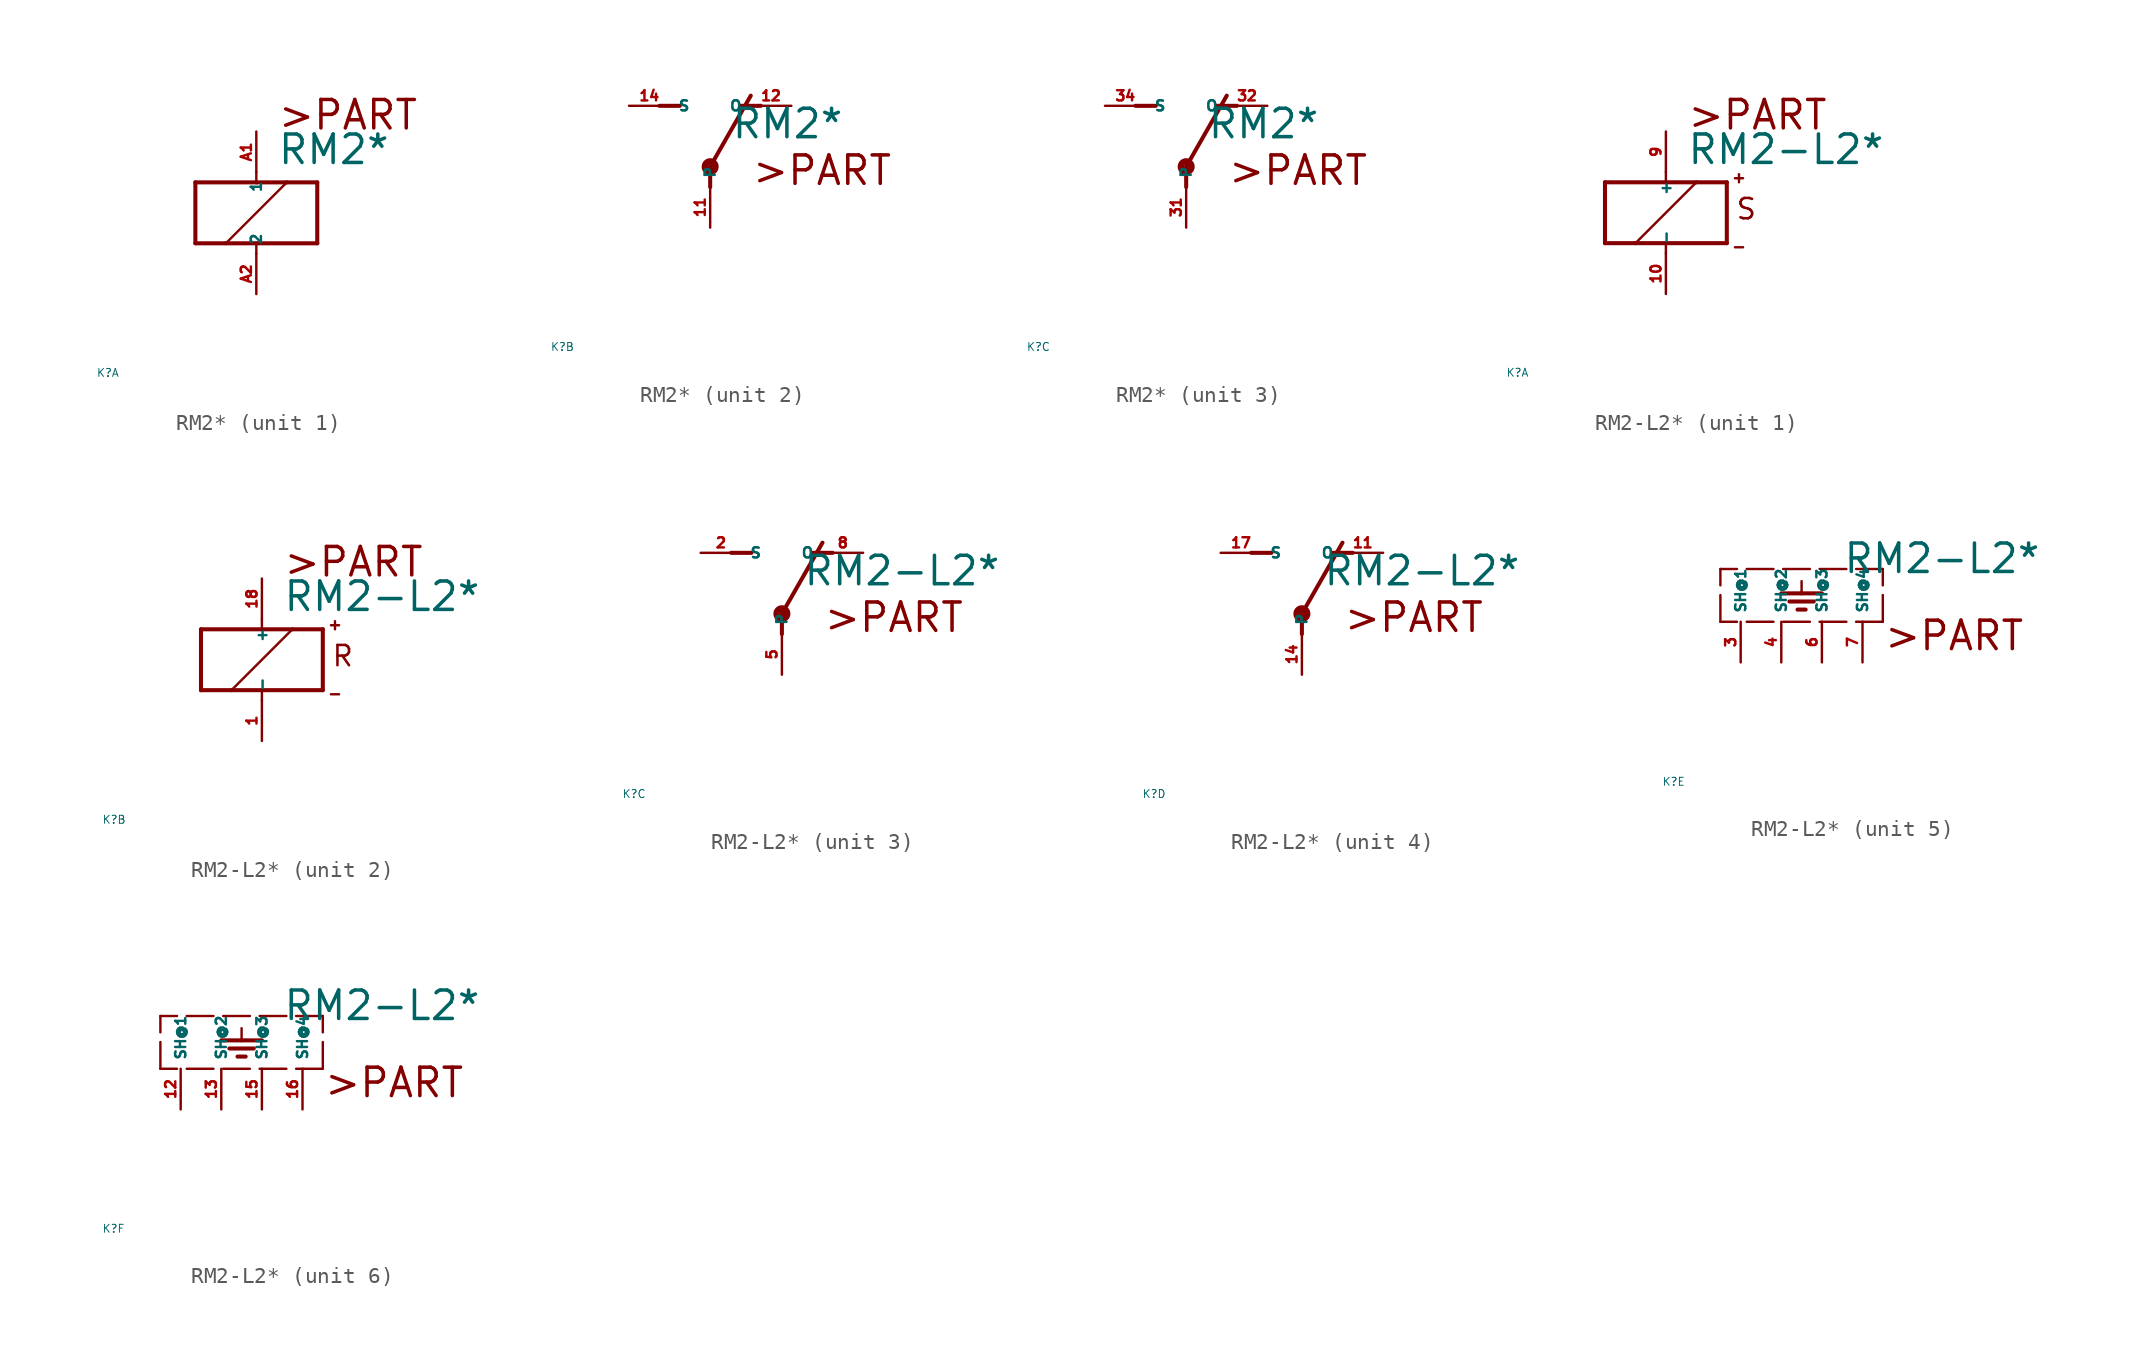
<source format=kicad_sym>
(kicad_symbol_lib
  (version 20220914)
  (generator Eagle2Kicad)
  (symbol "RM2*"
    (property "Reference" "K"
      (at -10 -10 0)
      (effects (font (size 0.5 0.5) (thickness 0.06)) (justify left)))
    (property "Value" "RM2*"
      (at 1.27 2.921 0)
      (effects (font (size 1.778 1.778) (thickness 0.22)) (justify left bottom)))
    (symbol "RM2*_1_0"
      (polyline (pts (xy -3.81 -1.905) (xy -1.905 -1.905)) (stroke (width 0.254) (type default)) (fill (type none)))
      (polyline (pts (xy 3.81 -1.905) (xy 3.81 1.905)) (stroke (width 0.254) (type default)) (fill (type none)))
      (polyline (pts (xy 3.81 1.905) (xy 1.905 1.905)) (stroke (width 0.254) (type default)) (fill (type none)))
      (polyline (pts (xy -3.81 1.905) (xy -3.81 -1.905)) (stroke (width 0.254) (type default)) (fill (type none)))
      (polyline (pts (xy 0 -2.54) (xy 0 -1.905)) (stroke (width 0.152) (type default)) (fill (type none)))
      (polyline (pts (xy 0 -1.905) (xy 3.81 -1.905)) (stroke (width 0.254) (type default)) (fill (type none)))
      (polyline (pts (xy 0 2.54) (xy 0 1.905)) (stroke (width 0.152) (type default)) (fill (type none)))
      (polyline (pts (xy 0 1.905) (xy -3.81 1.905)) (stroke (width 0.254) (type default)) (fill (type none)))
      (polyline (pts (xy -1.905 -1.905) (xy 1.905 1.905)) (stroke (width 0.152) (type default)) (fill (type none)))
      (polyline (pts (xy -1.905 -1.905) (xy 0 -1.905)) (stroke (width 0.254) (type default)) (fill (type none)))
      (polyline (pts (xy 1.905 1.905) (xy 0 1.905)) (stroke (width 0.254) (type default)) (fill (type none)))
      (text ">PART" (at 1.27 5.08 0) (effects (font (size 1.778 1.778) (thickness 0.22)) (justify left bottom)))
      (pin passive line (at 0 -5.08 90) (length 2.54) (name "2" (effects (font (size 0.635 0.635) (thickness 0.08)) (justify left bottom))) (number "A2" (effects (font (size 0.635 0.635) (thickness 0.08)) (justify left bottom))))
      (pin passive line (at 0 5.08 270) (length 2.54) (name "1" (effects (font (size 0.635 0.635) (thickness 0.08)) (justify left bottom))) (number "A1" (effects (font (size 0.635 0.635) (thickness 0.08)) (justify left bottom)))))
    (symbol "RM2*_2_0"
      (polyline (pts (xy 3.175 5.08) (xy 1.905 5.08)) (stroke (width 0.254) (type default)) (fill (type none)))
      (polyline (pts (xy -3.175 5.08) (xy -1.905 5.08)) (stroke (width 0.254) (type default)) (fill (type none)))
      (polyline (pts (xy 0 1.27) (xy 2.54 5.715)) (stroke (width 0.254) (type default)) (fill (type none)))
      (polyline (pts (xy 0 1.27) (xy 0 0)) (stroke (width 0.254) (type default)) (fill (type none)))
      (text ">PART" (at 2.54 0 0) (effects (font (size 1.778 1.778) (thickness 0.22)) (justify left bottom)))
      (circle (center 0 1.27) (radius 0.127) (stroke (width 0.406) (type default)) (fill (type none)))
      (pin passive line (at 5.08 5.08 180) (length 2.54) (name "O" (effects (font (size 0.635 0.635) (thickness 0.08)) (justify left bottom))) (number "12" (effects (font (size 0.635 0.635) (thickness 0.08)) (justify left bottom))))
      (pin passive line (at -5.08 5.08 0) (length 2.54) (name "S" (effects (font (size 0.635 0.635) (thickness 0.08)) (justify left bottom))) (number "14" (effects (font (size 0.635 0.635) (thickness 0.08)) (justify left bottom))))
      (pin passive line (at 0 -2.54 90) (length 2.54) (name "P" (effects (font (size 0.635 0.635) (thickness 0.08)) (justify left bottom))) (number "11" (effects (font (size 0.635 0.635) (thickness 0.08)) (justify left bottom)))))
    (symbol "RM2*_3_0"
      (polyline (pts (xy 3.175 5.08) (xy 1.905 5.08)) (stroke (width 0.254) (type default)) (fill (type none)))
      (polyline (pts (xy -3.175 5.08) (xy -1.905 5.08)) (stroke (width 0.254) (type default)) (fill (type none)))
      (polyline (pts (xy 0 1.27) (xy 2.54 5.715)) (stroke (width 0.254) (type default)) (fill (type none)))
      (polyline (pts (xy 0 1.27) (xy 0 0)) (stroke (width 0.254) (type default)) (fill (type none)))
      (text ">PART" (at 2.54 0 0) (effects (font (size 1.778 1.778) (thickness 0.22)) (justify left bottom)))
      (circle (center 0 1.27) (radius 0.127) (stroke (width 0.406) (type default)) (fill (type none)))
      (pin passive line (at 5.08 5.08 180) (length 2.54) (name "O" (effects (font (size 0.635 0.635) (thickness 0.08)) (justify left bottom))) (number "32" (effects (font (size 0.635 0.635) (thickness 0.08)) (justify left bottom))))
      (pin passive line (at -5.08 5.08 0) (length 2.54) (name "S" (effects (font (size 0.635 0.635) (thickness 0.08)) (justify left bottom))) (number "34" (effects (font (size 0.635 0.635) (thickness 0.08)) (justify left bottom))))
      (pin passive line (at 0 -2.54 90) (length 2.54) (name "P" (effects (font (size 0.635 0.635) (thickness 0.08)) (justify left bottom))) (number "31" (effects (font (size 0.635 0.635) (thickness 0.08)) (justify left bottom))))))
  (symbol "RM2-L2*"
    (property "Reference" "K"
      (at -10 -10 0)
      (effects (font (size 0.5 0.5) (thickness 0.06)) (justify left)))
    (property "Value" "RM2-L2*"
      (at 1.27 2.921 0)
      (effects (font (size 1.778 1.778) (thickness 0.22)) (justify left bottom)))
    (symbol "RM2-L2*_1_0"
      (polyline (pts (xy -3.81 -1.905) (xy -1.905 -1.905)) (stroke (width 0.254) (type default)) (fill (type none)))
      (polyline (pts (xy 3.81 -1.905) (xy 3.81 1.905)) (stroke (width 0.254) (type default)) (fill (type none)))
      (polyline (pts (xy 3.81 1.905) (xy 1.905 1.905)) (stroke (width 0.254) (type default)) (fill (type none)))
      (polyline (pts (xy -3.81 1.905) (xy -3.81 -1.905)) (stroke (width 0.254) (type default)) (fill (type none)))
      (polyline (pts (xy 0 -2.54) (xy 0 -1.905)) (stroke (width 0.152) (type default)) (fill (type none)))
      (polyline (pts (xy 0 -1.905) (xy 3.81 -1.905)) (stroke (width 0.254) (type default)) (fill (type none)))
      (polyline (pts (xy 0 2.54) (xy 0 1.905)) (stroke (width 0.152) (type default)) (fill (type none)))
      (polyline (pts (xy 0 1.905) (xy -3.81 1.905)) (stroke (width 0.254) (type default)) (fill (type none)))
      (polyline (pts (xy -1.905 -1.905) (xy 1.905 1.905)) (stroke (width 0.152) (type default)) (fill (type none)))
      (polyline (pts (xy -1.905 -1.905) (xy 0 -1.905)) (stroke (width 0.254) (type default)) (fill (type none)))
      (polyline (pts (xy 1.905 1.905) (xy 0 1.905)) (stroke (width 0.254) (type default)) (fill (type none)))
      (polyline (pts (xy 4.318 2.159) (xy 4.826 2.159)) (stroke (width 0.152) (type default)) (fill (type none)))
      (polyline (pts (xy 4.572 2.413) (xy 4.572 1.905)) (stroke (width 0.152) (type default)) (fill (type none)))
      (polyline (pts (xy 4.318 -2.159) (xy 4.826 -2.159)) (stroke (width 0.152) (type default)) (fill (type none)))
      (text ">PART" (at 1.27 5.08 0) (effects (font (size 1.778 1.778) (thickness 0.22)) (justify left bottom)))
      (text "S" (at 4.318 -0.508 0) (effects (font (size 1.27 1.27) (thickness 0.16)) (justify left bottom)))
      (pin passive line (at 0 -5.08 90) (length 2.54) (name "-" (effects (font (size 0.635 0.635) (thickness 0.08)) (justify left bottom))) (number "10" (effects (font (size 0.635 0.635) (thickness 0.08)) (justify left bottom))))
      (pin passive line (at 0 5.08 270) (length 2.54) (name "+" (effects (font (size 0.635 0.635) (thickness 0.08)) (justify left bottom))) (number "9" (effects (font (size 0.635 0.635) (thickness 0.08)) (justify left bottom)))))
    (symbol "RM2-L2*_2_0"
      (polyline (pts (xy -3.81 -1.905) (xy -1.905 -1.905)) (stroke (width 0.254) (type default)) (fill (type none)))
      (polyline (pts (xy 3.81 -1.905) (xy 3.81 1.905)) (stroke (width 0.254) (type default)) (fill (type none)))
      (polyline (pts (xy 3.81 1.905) (xy 1.905 1.905)) (stroke (width 0.254) (type default)) (fill (type none)))
      (polyline (pts (xy -3.81 1.905) (xy -3.81 -1.905)) (stroke (width 0.254) (type default)) (fill (type none)))
      (polyline (pts (xy 0 -2.54) (xy 0 -1.905)) (stroke (width 0.152) (type default)) (fill (type none)))
      (polyline (pts (xy 0 -1.905) (xy 3.81 -1.905)) (stroke (width 0.254) (type default)) (fill (type none)))
      (polyline (pts (xy 0 2.54) (xy 0 1.905)) (stroke (width 0.152) (type default)) (fill (type none)))
      (polyline (pts (xy 0 1.905) (xy -3.81 1.905)) (stroke (width 0.254) (type default)) (fill (type none)))
      (polyline (pts (xy -1.905 -1.905) (xy 1.905 1.905)) (stroke (width 0.152) (type default)) (fill (type none)))
      (polyline (pts (xy -1.905 -1.905) (xy 0 -1.905)) (stroke (width 0.254) (type default)) (fill (type none)))
      (polyline (pts (xy 1.905 1.905) (xy 0 1.905)) (stroke (width 0.254) (type default)) (fill (type none)))
      (polyline (pts (xy 4.318 2.159) (xy 4.826 2.159)) (stroke (width 0.152) (type default)) (fill (type none)))
      (polyline (pts (xy 4.572 2.413) (xy 4.572 1.905)) (stroke (width 0.152) (type default)) (fill (type none)))
      (polyline (pts (xy 4.318 -2.159) (xy 4.826 -2.159)) (stroke (width 0.152) (type default)) (fill (type none)))
      (text ">PART" (at 1.27 5.08 0) (effects (font (size 1.778 1.778) (thickness 0.22)) (justify left bottom)))
      (text "R" (at 4.318 -0.508 0) (effects (font (size 1.27 1.27) (thickness 0.16)) (justify left bottom)))
      (pin passive line (at 0 -5.08 90) (length 2.54) (name "-" (effects (font (size 0.635 0.635) (thickness 0.08)) (justify left bottom))) (number "1" (effects (font (size 0.635 0.635) (thickness 0.08)) (justify left bottom))))
      (pin passive line (at 0 5.08 270) (length 2.54) (name "+" (effects (font (size 0.635 0.635) (thickness 0.08)) (justify left bottom))) (number "18" (effects (font (size 0.635 0.635) (thickness 0.08)) (justify left bottom)))))
    (symbol "RM2-L2*_3_0"
      (polyline (pts (xy 3.175 5.08) (xy 1.905 5.08)) (stroke (width 0.254) (type default)) (fill (type none)))
      (polyline (pts (xy -3.175 5.08) (xy -1.905 5.08)) (stroke (width 0.254) (type default)) (fill (type none)))
      (polyline (pts (xy 0 1.27) (xy 2.54 5.715)) (stroke (width 0.254) (type default)) (fill (type none)))
      (polyline (pts (xy 0 1.27) (xy 0 0)) (stroke (width 0.254) (type default)) (fill (type none)))
      (text ">PART" (at 2.54 0 0) (effects (font (size 1.778 1.778) (thickness 0.22)) (justify left bottom)))
      (circle (center 0 1.27) (radius 0.127) (stroke (width 0.406) (type default)) (fill (type none)))
      (pin passive line (at 5.08 5.08 180) (length 2.54) (name "O" (effects (font (size 0.635 0.635) (thickness 0.08)) (justify left bottom))) (number "8" (effects (font (size 0.635 0.635) (thickness 0.08)) (justify left bottom))))
      (pin passive line (at -5.08 5.08 0) (length 2.54) (name "S" (effects (font (size 0.635 0.635) (thickness 0.08)) (justify left bottom))) (number "2" (effects (font (size 0.635 0.635) (thickness 0.08)) (justify left bottom))))
      (pin passive line (at 0 -2.54 90) (length 2.54) (name "P" (effects (font (size 0.635 0.635) (thickness 0.08)) (justify left bottom))) (number "5" (effects (font (size 0.635 0.635) (thickness 0.08)) (justify left bottom)))))
    (symbol "RM2-L2*_4_0"
      (polyline (pts (xy 3.175 5.08) (xy 1.905 5.08)) (stroke (width 0.254) (type default)) (fill (type none)))
      (polyline (pts (xy -3.175 5.08) (xy -1.905 5.08)) (stroke (width 0.254) (type default)) (fill (type none)))
      (polyline (pts (xy 0 1.27) (xy 2.54 5.715)) (stroke (width 0.254) (type default)) (fill (type none)))
      (polyline (pts (xy 0 1.27) (xy 0 0)) (stroke (width 0.254) (type default)) (fill (type none)))
      (text ">PART" (at 2.54 0 0) (effects (font (size 1.778 1.778) (thickness 0.22)) (justify left bottom)))
      (circle (center 0 1.27) (radius 0.127) (stroke (width 0.406) (type default)) (fill (type none)))
      (pin passive line (at 5.08 5.08 180) (length 2.54) (name "O" (effects (font (size 0.635 0.635) (thickness 0.08)) (justify left bottom))) (number "11" (effects (font (size 0.635 0.635) (thickness 0.08)) (justify left bottom))))
      (pin passive line (at -5.08 5.08 0) (length 2.54) (name "S" (effects (font (size 0.635 0.635) (thickness 0.08)) (justify left bottom))) (number "17" (effects (font (size 0.635 0.635) (thickness 0.08)) (justify left bottom))))
      (pin passive line (at 0 -2.54 90) (length 2.54) (name "P" (effects (font (size 0.635 0.635) (thickness 0.08)) (justify left bottom))) (number "14" (effects (font (size 0.635 0.635) (thickness 0.08)) (justify left bottom)))))
    (symbol "RM2-L2*_5_0"
      (polyline (pts (xy 3.81 0) (xy -6.35 0)) (stroke (width 0.152) (type dash)) (fill (type none)))
      (polyline (pts (xy -1.27 2.54) (xy -1.27 1.778)) (stroke (width 0.152) (type default)) (fill (type none)))
      (polyline (pts (xy -2.54 1.778) (xy -1.27 1.778)) (stroke (width 0.254) (type default)) (fill (type none)))
      (polyline (pts (xy -1.27 1.778) (xy 0 1.778)) (stroke (width 0.254) (type default)) (fill (type none)))
      (polyline (pts (xy -2.032 1.27) (xy -0.508 1.27)) (stroke (width 0.254) (type default)) (fill (type none)))
      (polyline (pts (xy -1.524 0.762) (xy -1.016 0.762)) (stroke (width 0.254) (type default)) (fill (type none)))
      (polyline (pts (xy 3.81 0) (xy 3.81 3.302)) (stroke (width 0.152) (type dash)) (fill (type none)))
      (polyline (pts (xy 3.81 3.302) (xy -6.35 3.302)) (stroke (width 0.152) (type dash)) (fill (type none)))
      (polyline (pts (xy -6.35 0) (xy -6.35 3.302)) (stroke (width 0.152) (type dash)) (fill (type none)))
      (text ">PART" (at 3.81 -1.905 0) (effects (font (size 1.778 1.778) (thickness 0.22)) (justify left bottom)))
      (pin passive line (at 0 -2.54 90) (length 2.54) (name "SH@3" (effects (font (size 0.635 0.635) (thickness 0.08)) (justify left bottom))) (number "6" (effects (font (size 0.635 0.635) (thickness 0.08)) (justify left bottom))))
      (pin passive line (at -5.08 -2.54 90) (length 2.54) (name "SH@1" (effects (font (size 0.635 0.635) (thickness 0.08)) (justify left bottom))) (number "3" (effects (font (size 0.635 0.635) (thickness 0.08)) (justify left bottom))))
      (pin passive line (at -2.54 -2.54 90) (length 2.54) (name "SH@2" (effects (font (size 0.635 0.635) (thickness 0.08)) (justify left bottom))) (number "4" (effects (font (size 0.635 0.635) (thickness 0.08)) (justify left bottom))))
      (pin passive line (at 2.54 -2.54 90) (length 2.54) (name "SH@4" (effects (font (size 0.635 0.635) (thickness 0.08)) (justify left bottom))) (number "7" (effects (font (size 0.635 0.635) (thickness 0.08)) (justify left bottom)))))
    (symbol "RM2-L2*_6_0"
      (polyline (pts (xy 3.81 0) (xy -6.35 0)) (stroke (width 0.152) (type dash)) (fill (type none)))
      (polyline (pts (xy -1.27 2.54) (xy -1.27 1.778)) (stroke (width 0.152) (type default)) (fill (type none)))
      (polyline (pts (xy -2.54 1.778) (xy -1.27 1.778)) (stroke (width 0.254) (type default)) (fill (type none)))
      (polyline (pts (xy -1.27 1.778) (xy 0 1.778)) (stroke (width 0.254) (type default)) (fill (type none)))
      (polyline (pts (xy -2.032 1.27) (xy -0.508 1.27)) (stroke (width 0.254) (type default)) (fill (type none)))
      (polyline (pts (xy -1.524 0.762) (xy -1.016 0.762)) (stroke (width 0.254) (type default)) (fill (type none)))
      (polyline (pts (xy 3.81 0) (xy 3.81 3.302)) (stroke (width 0.152) (type dash)) (fill (type none)))
      (polyline (pts (xy 3.81 3.302) (xy -6.35 3.302)) (stroke (width 0.152) (type dash)) (fill (type none)))
      (polyline (pts (xy -6.35 0) (xy -6.35 3.302)) (stroke (width 0.152) (type dash)) (fill (type none)))
      (text ">PART" (at 3.81 -1.905 0) (effects (font (size 1.778 1.778) (thickness 0.22)) (justify left bottom)))
      (pin passive line (at 0 -2.54 90) (length 2.54) (name "SH@3" (effects (font (size 0.635 0.635) (thickness 0.08)) (justify left bottom))) (number "15" (effects (font (size 0.635 0.635) (thickness 0.08)) (justify left bottom))))
      (pin passive line (at -5.08 -2.54 90) (length 2.54) (name "SH@1" (effects (font (size 0.635 0.635) (thickness 0.08)) (justify left bottom))) (number "12" (effects (font (size 0.635 0.635) (thickness 0.08)) (justify left bottom))))
      (pin passive line (at -2.54 -2.54 90) (length 2.54) (name "SH@2" (effects (font (size 0.635 0.635) (thickness 0.08)) (justify left bottom))) (number "13" (effects (font (size 0.635 0.635) (thickness 0.08)) (justify left bottom))))
      (pin passive line (at 2.54 -2.54 90) (length 2.54) (name "SH@4" (effects (font (size 0.635 0.635) (thickness 0.08)) (justify left bottom))) (number "16" (effects (font (size 0.635 0.635) (thickness 0.08)) (justify left bottom)))))))
</source>
